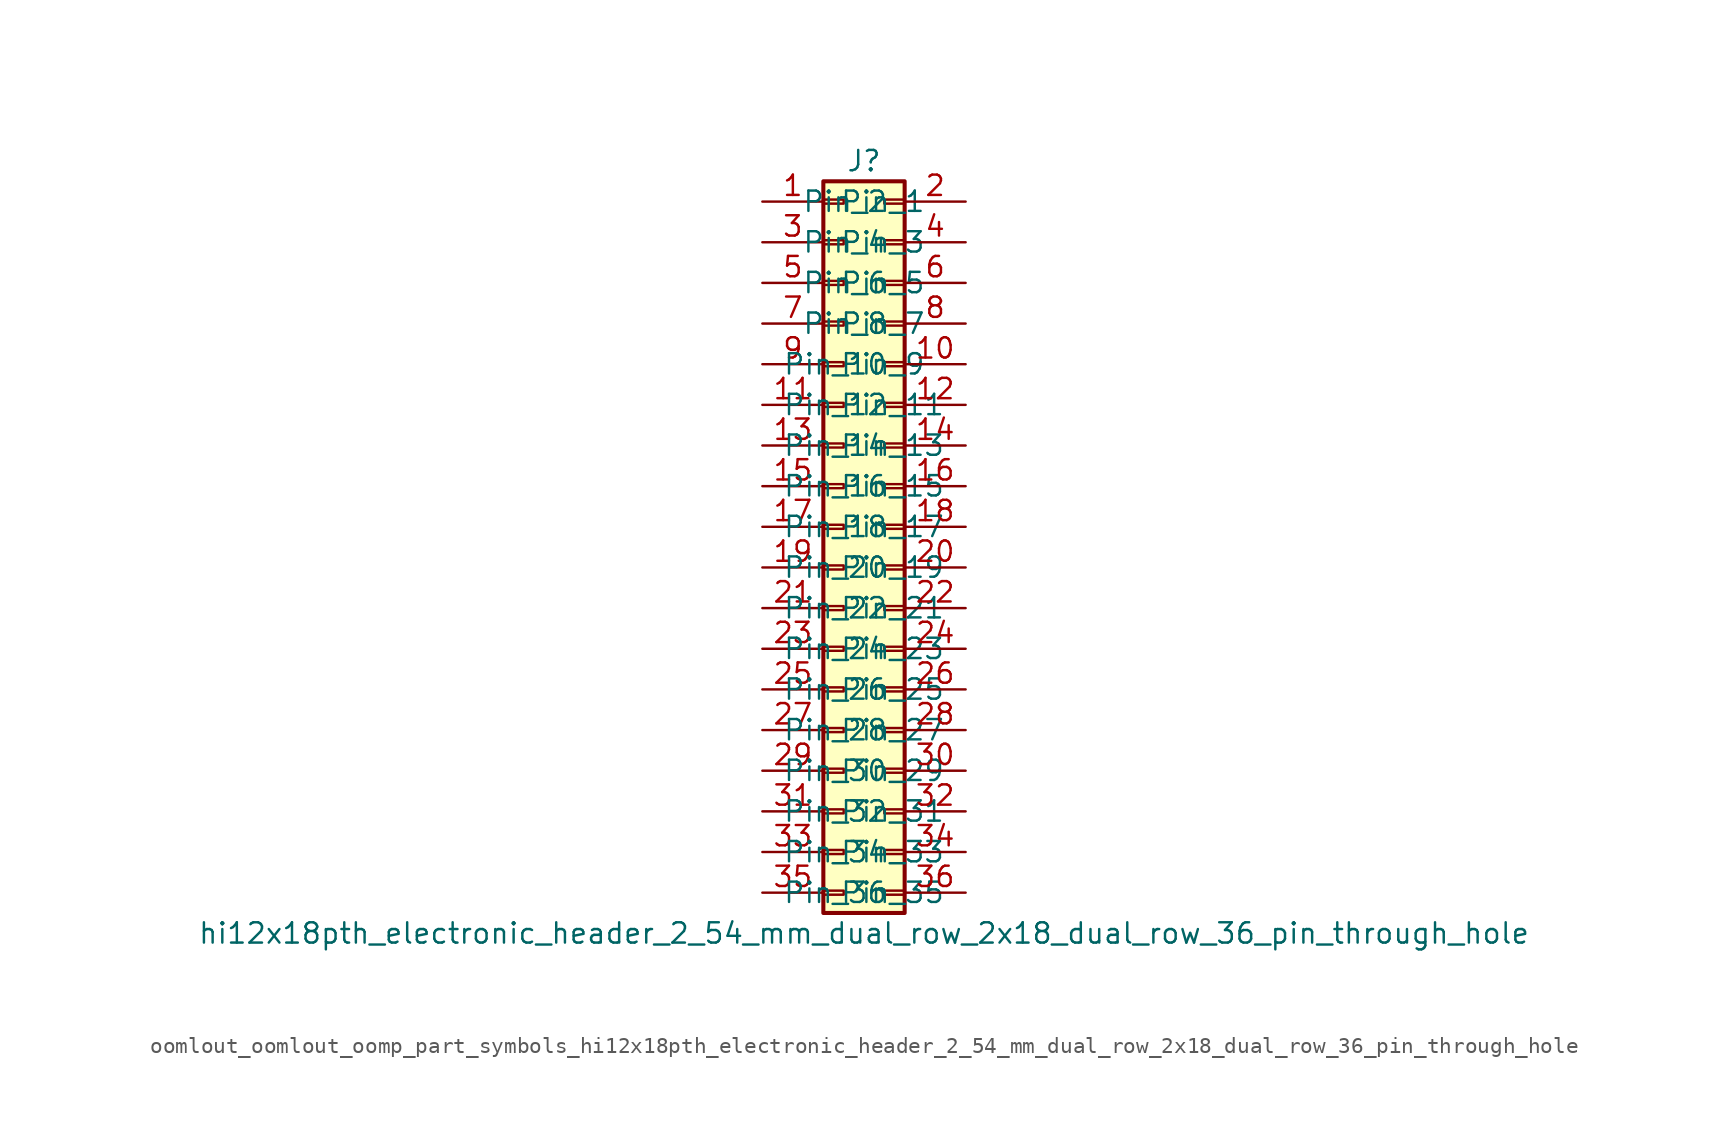
<source format=kicad_sym>
(kicad_symbol_lib
  (version 20220914)
  (generator kicad_symbol_editor)
  (symbol "oomlout_oomlout_oomp_part_symbols_hi12x18pth_electronic_header_2_54_mm_dual_row_2x18_dual_row_36_pin_through_hole"
    (pin_names
      (offset 1.016))
    (property "Reference" "J"
      (at 1.27 22.86 0)
      (effects (font (size 1.27 1.27))))
    (property "Value" "hi12x18pth_electronic_header_2_54_mm_dual_row_2x18_dual_row_36_pin_through_hole"
      (at 1.27 -25.4 0)
      (effects (font (size 1.27 1.27))))
    (symbol "oomlout_oomlout_oomp_part_symbols_hi12x18pth_electronic_header_2_54_mm_dual_row_2x18_dual_row_36_pin_through_hole_1_1"
      (rectangle (start -1.27 -22.733) (end 0 -22.987) (stroke (width 0.152) (type default)) (fill (type none)))
      (rectangle (start -1.27 -20.193) (end 0 -20.447) (stroke (width 0.152) (type default)) (fill (type none)))
      (rectangle (start -1.27 -17.653) (end 0 -17.907) (stroke (width 0.152) (type default)) (fill (type none)))
      (rectangle (start -1.27 -15.113) (end 0 -15.367) (stroke (width 0.152) (type default)) (fill (type none)))
      (rectangle (start -1.27 -12.573) (end 0 -12.827) (stroke (width 0.152) (type default)) (fill (type none)))
      (rectangle (start -1.27 -10.033) (end 0 -10.287) (stroke (width 0.152) (type default)) (fill (type none)))
      (rectangle (start -1.27 -7.493) (end 0 -7.747) (stroke (width 0.152) (type default)) (fill (type none)))
      (rectangle (start -1.27 -4.953) (end 0 -5.207) (stroke (width 0.152) (type default)) (fill (type none)))
      (rectangle (start -1.27 -2.413) (end 0 -2.667) (stroke (width 0.152) (type default)) (fill (type none)))
      (rectangle (start -1.27 0.127) (end 0 -0.127) (stroke (width 0.152) (type default)) (fill (type none)))
      (rectangle (start -1.27 2.667) (end 0 2.413) (stroke (width 0.152) (type default)) (fill (type none)))
      (rectangle (start -1.27 5.207) (end 0 4.953) (stroke (width 0.152) (type default)) (fill (type none)))
      (rectangle (start -1.27 7.747) (end 0 7.493) (stroke (width 0.152) (type default)) (fill (type none)))
      (rectangle (start -1.27 10.287) (end 0 10.033) (stroke (width 0.152) (type default)) (fill (type none)))
      (rectangle (start -1.27 12.827) (end 0 12.573) (stroke (width 0.152) (type default)) (fill (type none)))
      (rectangle (start -1.27 15.367) (end 0 15.113) (stroke (width 0.152) (type default)) (fill (type none)))
      (rectangle (start -1.27 17.907) (end 0 17.653) (stroke (width 0.152) (type default)) (fill (type none)))
      (rectangle (start -1.27 20.447) (end 0 20.193) (stroke (width 0.152) (type default)) (fill (type none)))
      (rectangle (start -1.27 21.59) (end 3.81 -24.13) (stroke (width 0.254) (type default)) (fill (type background)))
      (rectangle (start 3.81 -22.733) (end 2.54 -22.987) (stroke (width 0.152) (type default)) (fill (type none)))
      (rectangle (start 3.81 -20.193) (end 2.54 -20.447) (stroke (width 0.152) (type default)) (fill (type none)))
      (rectangle (start 3.81 -17.653) (end 2.54 -17.907) (stroke (width 0.152) (type default)) (fill (type none)))
      (rectangle (start 3.81 -15.113) (end 2.54 -15.367) (stroke (width 0.152) (type default)) (fill (type none)))
      (rectangle (start 3.81 -12.573) (end 2.54 -12.827) (stroke (width 0.152) (type default)) (fill (type none)))
      (rectangle (start 3.81 -10.033) (end 2.54 -10.287) (stroke (width 0.152) (type default)) (fill (type none)))
      (rectangle (start 3.81 -7.493) (end 2.54 -7.747) (stroke (width 0.152) (type default)) (fill (type none)))
      (rectangle (start 3.81 -4.953) (end 2.54 -5.207) (stroke (width 0.152) (type default)) (fill (type none)))
      (rectangle (start 3.81 -2.413) (end 2.54 -2.667) (stroke (width 0.152) (type default)) (fill (type none)))
      (rectangle (start 3.81 0.127) (end 2.54 -0.127) (stroke (width 0.152) (type default)) (fill (type none)))
      (rectangle (start 3.81 2.667) (end 2.54 2.413) (stroke (width 0.152) (type default)) (fill (type none)))
      (rectangle (start 3.81 5.207) (end 2.54 4.953) (stroke (width 0.152) (type default)) (fill (type none)))
      (rectangle (start 3.81 7.747) (end 2.54 7.493) (stroke (width 0.152) (type default)) (fill (type none)))
      (rectangle (start 3.81 10.287) (end 2.54 10.033) (stroke (width 0.152) (type default)) (fill (type none)))
      (rectangle (start 3.81 12.827) (end 2.54 12.573) (stroke (width 0.152) (type default)) (fill (type none)))
      (rectangle (start 3.81 15.367) (end 2.54 15.113) (stroke (width 0.152) (type default)) (fill (type none)))
      (rectangle (start 3.81 17.907) (end 2.54 17.653) (stroke (width 0.152) (type default)) (fill (type none)))
      (rectangle (start 3.81 20.447) (end 2.54 20.193) (stroke (width 0.152) (type default)) (fill (type none)))
      (pin passive line (at -5.08 20.32 0) (length 3.81) (name "Pin_1" (effects (font (size 1.27 1.27)))) (number "1" (effects (font (size 1.27 1.27)))))
      (pin passive line (at 7.62 10.16 180) (length 3.81) (name "Pin_10" (effects (font (size 1.27 1.27)))) (number "10" (effects (font (size 1.27 1.27)))))
      (pin passive line (at -5.08 7.62 0) (length 3.81) (name "Pin_11" (effects (font (size 1.27 1.27)))) (number "11" (effects (font (size 1.27 1.27)))))
      (pin passive line (at 7.62 7.62 180) (length 3.81) (name "Pin_12" (effects (font (size 1.27 1.27)))) (number "12" (effects (font (size 1.27 1.27)))))
      (pin passive line (at -5.08 5.08 0) (length 3.81) (name "Pin_13" (effects (font (size 1.27 1.27)))) (number "13" (effects (font (size 1.27 1.27)))))
      (pin passive line (at 7.62 5.08 180) (length 3.81) (name "Pin_14" (effects (font (size 1.27 1.27)))) (number "14" (effects (font (size 1.27 1.27)))))
      (pin passive line (at -5.08 2.54 0) (length 3.81) (name "Pin_15" (effects (font (size 1.27 1.27)))) (number "15" (effects (font (size 1.27 1.27)))))
      (pin passive line (at 7.62 2.54 180) (length 3.81) (name "Pin_16" (effects (font (size 1.27 1.27)))) (number "16" (effects (font (size 1.27 1.27)))))
      (pin passive line (at -5.08 0 0) (length 3.81) (name "Pin_17" (effects (font (size 1.27 1.27)))) (number "17" (effects (font (size 1.27 1.27)))))
      (pin passive line (at 7.62 0 180) (length 3.81) (name "Pin_18" (effects (font (size 1.27 1.27)))) (number "18" (effects (font (size 1.27 1.27)))))
      (pin passive line (at -5.08 -2.54 0) (length 3.81) (name "Pin_19" (effects (font (size 1.27 1.27)))) (number "19" (effects (font (size 1.27 1.27)))))
      (pin passive line (at 7.62 20.32 180) (length 3.81) (name "Pin_2" (effects (font (size 1.27 1.27)))) (number "2" (effects (font (size 1.27 1.27)))))
      (pin passive line (at 7.62 -2.54 180) (length 3.81) (name "Pin_20" (effects (font (size 1.27 1.27)))) (number "20" (effects (font (size 1.27 1.27)))))
      (pin passive line (at -5.08 -5.08 0) (length 3.81) (name "Pin_21" (effects (font (size 1.27 1.27)))) (number "21" (effects (font (size 1.27 1.27)))))
      (pin passive line (at 7.62 -5.08 180) (length 3.81) (name "Pin_22" (effects (font (size 1.27 1.27)))) (number "22" (effects (font (size 1.27 1.27)))))
      (pin passive line (at -5.08 -7.62 0) (length 3.81) (name "Pin_23" (effects (font (size 1.27 1.27)))) (number "23" (effects (font (size 1.27 1.27)))))
      (pin passive line (at 7.62 -7.62 180) (length 3.81) (name "Pin_24" (effects (font (size 1.27 1.27)))) (number "24" (effects (font (size 1.27 1.27)))))
      (pin passive line (at -5.08 -10.16 0) (length 3.81) (name "Pin_25" (effects (font (size 1.27 1.27)))) (number "25" (effects (font (size 1.27 1.27)))))
      (pin passive line (at 7.62 -10.16 180) (length 3.81) (name "Pin_26" (effects (font (size 1.27 1.27)))) (number "26" (effects (font (size 1.27 1.27)))))
      (pin passive line (at -5.08 -12.7 0) (length 3.81) (name "Pin_27" (effects (font (size 1.27 1.27)))) (number "27" (effects (font (size 1.27 1.27)))))
      (pin passive line (at 7.62 -12.7 180) (length 3.81) (name "Pin_28" (effects (font (size 1.27 1.27)))) (number "28" (effects (font (size 1.27 1.27)))))
      (pin passive line (at -5.08 -15.24 0) (length 3.81) (name "Pin_29" (effects (font (size 1.27 1.27)))) (number "29" (effects (font (size 1.27 1.27)))))
      (pin passive line (at -5.08 17.78 0) (length 3.81) (name "Pin_3" (effects (font (size 1.27 1.27)))) (number "3" (effects (font (size 1.27 1.27)))))
      (pin passive line (at 7.62 -15.24 180) (length 3.81) (name "Pin_30" (effects (font (size 1.27 1.27)))) (number "30" (effects (font (size 1.27 1.27)))))
      (pin passive line (at -5.08 -17.78 0) (length 3.81) (name "Pin_31" (effects (font (size 1.27 1.27)))) (number "31" (effects (font (size 1.27 1.27)))))
      (pin passive line (at 7.62 -17.78 180) (length 3.81) (name "Pin_32" (effects (font (size 1.27 1.27)))) (number "32" (effects (font (size 1.27 1.27)))))
      (pin passive line (at -5.08 -20.32 0) (length 3.81) (name "Pin_33" (effects (font (size 1.27 1.27)))) (number "33" (effects (font (size 1.27 1.27)))))
      (pin passive line (at 7.62 -20.32 180) (length 3.81) (name "Pin_34" (effects (font (size 1.27 1.27)))) (number "34" (effects (font (size 1.27 1.27)))))
      (pin passive line (at -5.08 -22.86 0) (length 3.81) (name "Pin_35" (effects (font (size 1.27 1.27)))) (number "35" (effects (font (size 1.27 1.27)))))
      (pin passive line (at 7.62 -22.86 180) (length 3.81) (name "Pin_36" (effects (font (size 1.27 1.27)))) (number "36" (effects (font (size 1.27 1.27)))))
      (pin passive line (at 7.62 17.78 180) (length 3.81) (name "Pin_4" (effects (font (size 1.27 1.27)))) (number "4" (effects (font (size 1.27 1.27)))))
      (pin passive line (at -5.08 15.24 0) (length 3.81) (name "Pin_5" (effects (font (size 1.27 1.27)))) (number "5" (effects (font (size 1.27 1.27)))))
      (pin passive line (at 7.62 15.24 180) (length 3.81) (name "Pin_6" (effects (font (size 1.27 1.27)))) (number "6" (effects (font (size 1.27 1.27)))))
      (pin passive line (at -5.08 12.7 0) (length 3.81) (name "Pin_7" (effects (font (size 1.27 1.27)))) (number "7" (effects (font (size 1.27 1.27)))))
      (pin passive line (at 7.62 12.7 180) (length 3.81) (name "Pin_8" (effects (font (size 1.27 1.27)))) (number "8" (effects (font (size 1.27 1.27)))))
      (pin passive line (at -5.08 10.16 0) (length 3.81) (name "Pin_9" (effects (font (size 1.27 1.27)))) (number "9" (effects (font (size 1.27 1.27))))))))
</source>
